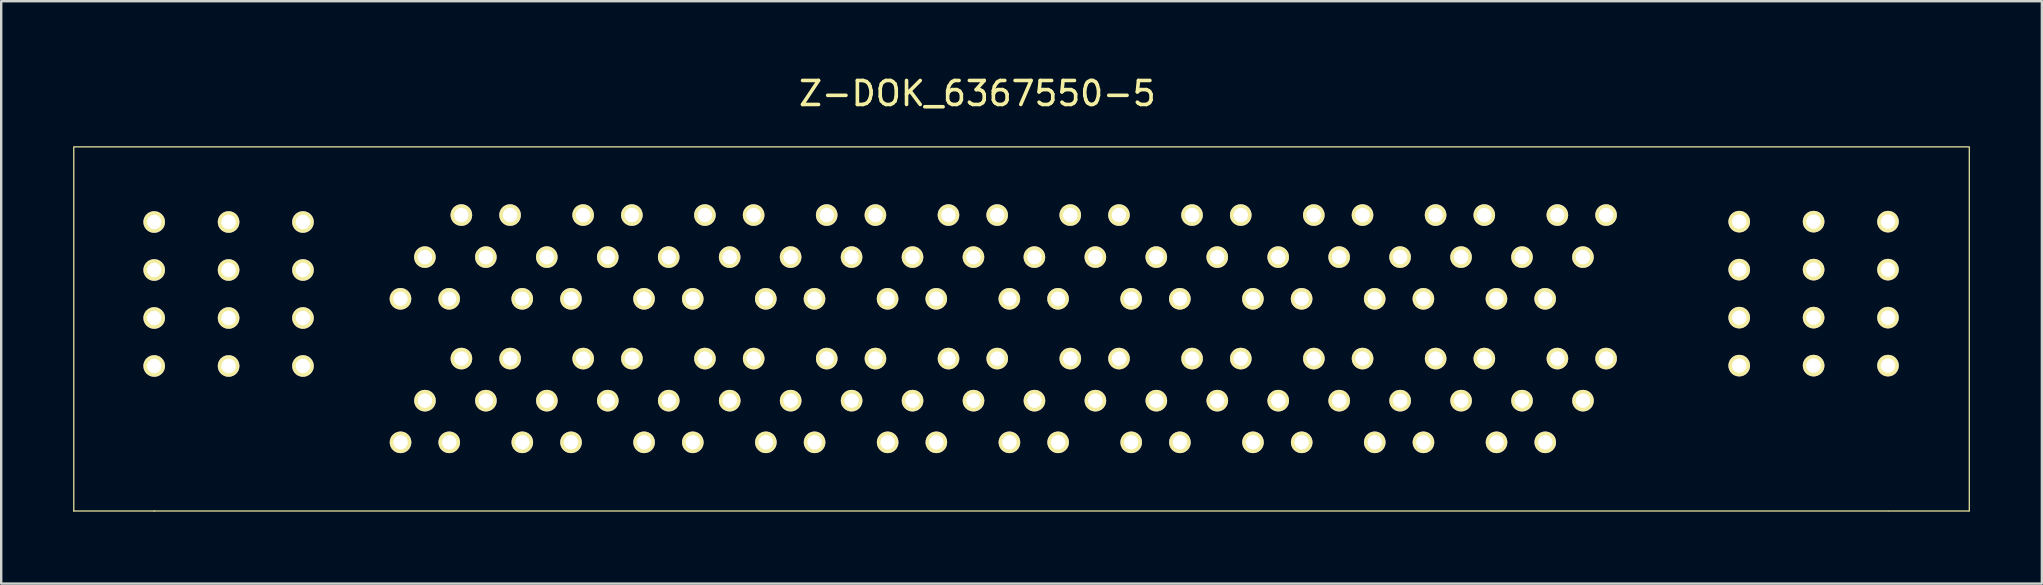
<source format=kicad_pcb>
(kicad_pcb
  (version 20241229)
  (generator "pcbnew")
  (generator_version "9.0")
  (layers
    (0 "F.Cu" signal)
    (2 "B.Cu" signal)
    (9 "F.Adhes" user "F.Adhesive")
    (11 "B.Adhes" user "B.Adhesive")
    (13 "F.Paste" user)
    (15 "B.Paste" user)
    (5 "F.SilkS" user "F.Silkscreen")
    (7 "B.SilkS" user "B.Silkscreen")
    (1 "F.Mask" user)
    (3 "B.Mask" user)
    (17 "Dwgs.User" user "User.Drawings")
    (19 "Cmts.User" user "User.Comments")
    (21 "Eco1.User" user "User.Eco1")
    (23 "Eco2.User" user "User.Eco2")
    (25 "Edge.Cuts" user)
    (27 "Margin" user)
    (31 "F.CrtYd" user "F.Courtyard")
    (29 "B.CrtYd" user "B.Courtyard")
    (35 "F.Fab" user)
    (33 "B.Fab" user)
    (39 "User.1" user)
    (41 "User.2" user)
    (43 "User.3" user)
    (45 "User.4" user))
  (footprint "Z-DOK_6367550-5"
    (layer "F.Cu")
    (at 14.376 5.547)
    (property "Reference" "Z-DOK_6367550-5" (at 23.305 -4.699 0) (layer "F.SilkS") (effects (font (size 1 1) (thickness 0.15))))
    (attr through_hole)
    (fp_line (start -14.351 12.7) (end -14.351 -2.45) (stroke (width 0.05) (type solid)) (layer "F.SilkS"))
    (fp_line (start -11 12.7) (end -14.35 12.7) (stroke (width 0.05) (type solid)) (layer "F.SilkS"))
    (fp_line (start -11 12.7) (end 61.25 12.7) (stroke (width 0.05) (type solid)) (layer "F.SilkS"))
    (fp_line (start 64.625 12.7) (end 61.275 12.7) (stroke (width 0.05) (type solid)) (layer "F.SilkS"))
    (fp_line (start 64.643 -2.477) (end -14.351 -2.477) (stroke (width 0.05) (type solid)) (layer "F.SilkS"))
    (fp_line (start 64.643 12.7) (end 64.643 -2.45) (stroke (width 0.05) (type solid)) (layer "F.SilkS"))
    (pad "D1" thru_hole circle (at 46.968 3.856 180) (size 0.9 0.9) (drill 0.6) (layers "*.Cu" "*.Mask" "F.SilkS"))
    (pad "D1" thru_hole circle (at 46.971 9.837 180) (size 0.9 0.9) (drill 0.6) (layers "*.Cu" "*.Mask" "F.SilkS"))
    (pad "D2" thru_hole circle (at 44.938 3.856 180) (size 0.9 0.9) (drill 0.6) (layers "*.Cu" "*.Mask" "F.SilkS"))
    (pad "D2" thru_hole circle (at 44.941 9.837 180) (size 0.9 0.9) (drill 0.6) (layers "*.Cu" "*.Mask" "F.SilkS"))
    (pad "D3" thru_hole circle (at 41.893 3.856 180) (size 0.9 0.9) (drill 0.6) (layers "*.Cu" "*.Mask" "F.SilkS"))
    (pad "D3" thru_hole circle (at 41.896 9.837 180) (size 0.9 0.9) (drill 0.6) (layers "*.Cu" "*.Mask" "F.SilkS"))
    (pad "D4" thru_hole circle (at 39.863 3.856 180) (size 0.9 0.9) (drill 0.6) (layers "*.Cu" "*.Mask" "F.SilkS"))
    (pad "D4" thru_hole circle (at 39.866 9.837 180) (size 0.9 0.9) (drill 0.6) (layers "*.Cu" "*.Mask" "F.SilkS"))
    (pad "D5" thru_hole circle (at 36.818 3.856 180) (size 0.9 0.9) (drill 0.6) (layers "*.Cu" "*.Mask" "F.SilkS"))
    (pad "D5" thru_hole circle (at 36.821 9.837 180) (size 0.9 0.9) (drill 0.6) (layers "*.Cu" "*.Mask" "F.SilkS"))
    (pad "D6" thru_hole circle (at 34.788 3.856 180) (size 0.9 0.9) (drill 0.6) (layers "*.Cu" "*.Mask" "F.SilkS"))
    (pad "D6" thru_hole circle (at 34.791 9.837 180) (size 0.9 0.9) (drill 0.6) (layers "*.Cu" "*.Mask" "F.SilkS"))
    (pad "D7" thru_hole circle (at 31.743 3.856 180) (size 0.9 0.9) (drill 0.6) (layers "*.Cu" "*.Mask" "F.SilkS"))
    (pad "D7" thru_hole circle (at 31.746 9.837 180) (size 0.9 0.9) (drill 0.6) (layers "*.Cu" "*.Mask" "F.SilkS"))
    (pad "D8" thru_hole circle (at 29.713 3.856 180) (size 0.9 0.9) (drill 0.6) (layers "*.Cu" "*.Mask" "F.SilkS"))
    (pad "D8" thru_hole circle (at 29.716 9.837 180) (size 0.9 0.9) (drill 0.6) (layers "*.Cu" "*.Mask" "F.SilkS"))
    (pad "D9" thru_hole circle (at 26.668 3.856 180) (size 0.9 0.9) (drill 0.6) (layers "*.Cu" "*.Mask" "F.SilkS"))
    (pad "D9" thru_hole circle (at 26.671 9.837 180) (size 0.9 0.9) (drill 0.6) (layers "*.Cu" "*.Mask" "F.SilkS"))
    (pad "D10" thru_hole circle (at 24.638 3.856 180) (size 0.9 0.9) (drill 0.6) (layers "*.Cu" "*.Mask" "F.SilkS"))
    (pad "D10" thru_hole circle (at 24.641 9.837 180) (size 0.9 0.9) (drill 0.6) (layers "*.Cu" "*.Mask" "F.SilkS"))
    (pad "D11" thru_hole circle (at 21.593 3.856 180) (size 0.9 0.9) (drill 0.6) (layers "*.Cu" "*.Mask" "F.SilkS"))
    (pad "D11" thru_hole circle (at 21.596 9.837 180) (size 0.9 0.9) (drill 0.6) (layers "*.Cu" "*.Mask" "F.SilkS"))
    (pad "D12" thru_hole circle (at 19.563 3.856 180) (size 0.9 0.9) (drill 0.6) (layers "*.Cu" "*.Mask" "F.SilkS"))
    (pad "D12" thru_hole circle (at 19.566 9.837 180) (size 0.9 0.9) (drill 0.6) (layers "*.Cu" "*.Mask" "F.SilkS"))
    (pad "D13" thru_hole circle (at 16.518 3.856 180) (size 0.9 0.9) (drill 0.6) (layers "*.Cu" "*.Mask" "F.SilkS"))
    (pad "D13" thru_hole circle (at 16.521 9.837 180) (size 0.9 0.9) (drill 0.6) (layers "*.Cu" "*.Mask" "F.SilkS"))
    (pad "D14" thru_hole circle (at 14.488 3.856 180) (size 0.9 0.9) (drill 0.6) (layers "*.Cu" "*.Mask" "F.SilkS"))
    (pad "D14" thru_hole circle (at 14.491 9.837 180) (size 0.9 0.9) (drill 0.6) (layers "*.Cu" "*.Mask" "F.SilkS"))
    (pad "D15" thru_hole circle (at 11.443 3.856 180) (size 0.9 0.9) (drill 0.6) (layers "*.Cu" "*.Mask" "F.SilkS"))
    (pad "D15" thru_hole circle (at 11.446 9.837 180) (size 0.9 0.9) (drill 0.6) (layers "*.Cu" "*.Mask" "F.SilkS"))
    (pad "D16" thru_hole circle (at 9.413 3.856 180) (size 0.9 0.9) (drill 0.6) (layers "*.Cu" "*.Mask" "F.SilkS"))
    (pad "D16" thru_hole circle (at 9.416 9.837 180) (size 0.9 0.9) (drill 0.6) (layers "*.Cu" "*.Mask" "F.SilkS"))
    (pad "D17" thru_hole circle (at 6.368 3.856 180) (size 0.9 0.9) (drill 0.6) (layers "*.Cu" "*.Mask" "F.SilkS"))
    (pad "D17" thru_hole circle (at 6.371 9.837 180) (size 0.9 0.9) (drill 0.6) (layers "*.Cu" "*.Mask" "F.SilkS"))
    (pad "D18" thru_hole circle (at 4.338 3.856 180) (size 0.9 0.9) (drill 0.6) (layers "*.Cu" "*.Mask" "F.SilkS"))
    (pad "D18" thru_hole circle (at 4.341 9.837 180) (size 0.9 0.9) (drill 0.6) (layers "*.Cu" "*.Mask" "F.SilkS"))
    (pad "D19" thru_hole circle (at 1.293 3.856 180) (size 0.9 0.9) (drill 0.6) (layers "*.Cu" "*.Mask" "F.SilkS"))
    (pad "D19" thru_hole circle (at 1.296 9.837 180) (size 0.9 0.9) (drill 0.6) (layers "*.Cu" "*.Mask" "F.SilkS"))
    (pad "D20" thru_hole circle (at -0.737 3.856 180) (size 0.9 0.9) (drill 0.6) (layers "*.Cu" "*.Mask" "F.SilkS"))
    (pad "D20" thru_hole circle (at -0.734 9.837 180) (size 0.9 0.9) (drill 0.6) (layers "*.Cu" "*.Mask" "F.SilkS"))
    (pad "E1" thru_hole circle (at 48.542 2.118 180) (size 0.9 0.9) (drill 0.6) (layers "*.Cu" "*.Mask" "F.SilkS"))
    (pad "E1" thru_hole circle (at 48.544 8.1 180) (size 0.9 0.9) (drill 0.6) (layers "*.Cu" "*.Mask" "F.SilkS"))
    (pad "E2" thru_hole circle (at 46.002 2.118 180) (size 0.9 0.9) (drill 0.6) (layers "*.Cu" "*.Mask" "F.SilkS"))
    (pad "E2" thru_hole circle (at 46.004 8.1 180) (size 0.9 0.9) (drill 0.6) (layers "*.Cu" "*.Mask" "F.SilkS"))
    (pad "E3" thru_hole circle (at 43.462 2.118 180) (size 0.9 0.9) (drill 0.6) (layers "*.Cu" "*.Mask" "F.SilkS"))
    (pad "E3" thru_hole circle (at 43.464 8.1 180) (size 0.9 0.9) (drill 0.6) (layers "*.Cu" "*.Mask" "F.SilkS"))
    (pad "E4" thru_hole circle (at 40.922 2.118 180) (size 0.9 0.9) (drill 0.6) (layers "*.Cu" "*.Mask" "F.SilkS"))
    (pad "E4" thru_hole circle (at 40.924 8.1 180) (size 0.9 0.9) (drill 0.6) (layers "*.Cu" "*.Mask" "F.SilkS"))
    (pad "E5" thru_hole circle (at 38.382 2.118 180) (size 0.9 0.9) (drill 0.6) (layers "*.Cu" "*.Mask" "F.SilkS"))
    (pad "E5" thru_hole circle (at 38.384 8.1 180) (size 0.9 0.9) (drill 0.6) (layers "*.Cu" "*.Mask" "F.SilkS"))
    (pad "E6" thru_hole circle (at 35.842 2.118 180) (size 0.9 0.9) (drill 0.6) (layers "*.Cu" "*.Mask" "F.SilkS"))
    (pad "E6" thru_hole circle (at 35.844 8.1 180) (size 0.9 0.9) (drill 0.6) (layers "*.Cu" "*.Mask" "F.SilkS"))
    (pad "E7" thru_hole circle (at 33.302 2.118 180) (size 0.9 0.9) (drill 0.6) (layers "*.Cu" "*.Mask" "F.SilkS"))
    (pad "E7" thru_hole circle (at 33.304 8.1 180) (size 0.9 0.9) (drill 0.6) (layers "*.Cu" "*.Mask" "F.SilkS"))
    (pad "E8" thru_hole circle (at 30.762 2.118 180) (size 0.9 0.9) (drill 0.6) (layers "*.Cu" "*.Mask" "F.SilkS"))
    (pad "E8" thru_hole circle (at 30.764 8.1 180) (size 0.9 0.9) (drill 0.6) (layers "*.Cu" "*.Mask" "F.SilkS"))
    (pad "E9" thru_hole circle (at 28.222 2.118 180) (size 0.9 0.9) (drill 0.6) (layers "*.Cu" "*.Mask" "F.SilkS"))
    (pad "E9" thru_hole circle (at 28.224 8.1 180) (size 0.9 0.9) (drill 0.6) (layers "*.Cu" "*.Mask" "F.SilkS"))
    (pad "E10" thru_hole circle (at 25.682 2.118 180) (size 0.9 0.9) (drill 0.6) (layers "*.Cu" "*.Mask" "F.SilkS"))
    (pad "E10" thru_hole circle (at 25.684 8.1 180) (size 0.9 0.9) (drill 0.6) (layers "*.Cu" "*.Mask" "F.SilkS"))
    (pad "E11" thru_hole circle (at 23.142 2.118 180) (size 0.9 0.9) (drill 0.6) (layers "*.Cu" "*.Mask" "F.SilkS"))
    (pad "E11" thru_hole circle (at 23.144 8.1 180) (size 0.9 0.9) (drill 0.6) (layers "*.Cu" "*.Mask" "F.SilkS"))
    (pad "E12" thru_hole circle (at 20.602 2.118 180) (size 0.9 0.9) (drill 0.6) (layers "*.Cu" "*.Mask" "F.SilkS"))
    (pad "E12" thru_hole circle (at 20.604 8.1 180) (size 0.9 0.9) (drill 0.6) (layers "*.Cu" "*.Mask" "F.SilkS"))
    (pad "E13" thru_hole circle (at 18.062 2.118 180) (size 0.9 0.9) (drill 0.6) (layers "*.Cu" "*.Mask" "F.SilkS"))
    (pad "E13" thru_hole circle (at 18.064 8.1 180) (size 0.9 0.9) (drill 0.6) (layers "*.Cu" "*.Mask" "F.SilkS"))
    (pad "E14" thru_hole circle (at 15.522 2.118 180) (size 0.9 0.9) (drill 0.6) (layers "*.Cu" "*.Mask" "F.SilkS"))
    (pad "E14" thru_hole circle (at 15.524 8.1 180) (size 0.9 0.9) (drill 0.6) (layers "*.Cu" "*.Mask" "F.SilkS"))
    (pad "E15" thru_hole circle (at 12.982 2.118 180) (size 0.9 0.9) (drill 0.6) (layers "*.Cu" "*.Mask" "F.SilkS"))
    (pad "E15" thru_hole circle (at 12.984 8.1 180) (size 0.9 0.9) (drill 0.6) (layers "*.Cu" "*.Mask" "F.SilkS"))
    (pad "E16" thru_hole circle (at 10.442 2.118 180) (size 0.9 0.9) (drill 0.6) (layers "*.Cu" "*.Mask" "F.SilkS"))
    (pad "E16" thru_hole circle (at 10.444 8.1 180) (size 0.9 0.9) (drill 0.6) (layers "*.Cu" "*.Mask" "F.SilkS"))
    (pad "E17" thru_hole circle (at 7.902 2.118 180) (size 0.9 0.9) (drill 0.6) (layers "*.Cu" "*.Mask" "F.SilkS"))
    (pad "E17" thru_hole circle (at 7.904 8.1 180) (size 0.9 0.9) (drill 0.6) (layers "*.Cu" "*.Mask" "F.SilkS"))
    (pad "E18" thru_hole circle (at 5.362 2.118 180) (size 0.9 0.9) (drill 0.6) (layers "*.Cu" "*.Mask" "F.SilkS"))
    (pad "E18" thru_hole circle (at 5.364 8.1 180) (size 0.9 0.9) (drill 0.6) (layers "*.Cu" "*.Mask" "F.SilkS"))
    (pad "E19" thru_hole circle (at 2.822 2.118 180) (size 0.9 0.9) (drill 0.6) (layers "*.Cu" "*.Mask" "F.SilkS"))
    (pad "E19" thru_hole circle (at 2.824 8.1 180) (size 0.9 0.9) (drill 0.6) (layers "*.Cu" "*.Mask" "F.SilkS"))
    (pad "E20" thru_hole circle (at 0.282 2.118 180) (size 0.9 0.9) (drill 0.6) (layers "*.Cu" "*.Mask" "F.SilkS"))
    (pad "E20" thru_hole circle (at 0.284 8.1 180) (size 0.9 0.9) (drill 0.6) (layers "*.Cu" "*.Mask" "F.SilkS"))
    (pad "F1" thru_hole circle (at 49.506 0.366 180) (size 0.9 0.9) (drill 0.6) (layers "*.Cu" "*.Mask" "F.SilkS"))
    (pad "F1" thru_hole circle (at 49.508 6.347 180) (size 0.9 0.9) (drill 0.6) (layers "*.Cu" "*.Mask" "F.SilkS"))
    (pad "F2" thru_hole circle (at 47.476 0.366 180) (size 0.9 0.9) (drill 0.6) (layers "*.Cu" "*.Mask" "F.SilkS"))
    (pad "F2" thru_hole circle (at 47.478 6.347 180) (size 0.9 0.9) (drill 0.6) (layers "*.Cu" "*.Mask" "F.SilkS"))
    (pad "F3" thru_hole circle (at 44.431 0.366 180) (size 0.9 0.9) (drill 0.6) (layers "*.Cu" "*.Mask" "F.SilkS"))
    (pad "F3" thru_hole circle (at 44.433 6.347 180) (size 0.9 0.9) (drill 0.6) (layers "*.Cu" "*.Mask" "F.SilkS"))
    (pad "F4" thru_hole circle (at 42.401 0.366 180) (size 0.9 0.9) (drill 0.6) (layers "*.Cu" "*.Mask" "F.SilkS"))
    (pad "F4" thru_hole circle (at 42.403 6.347 180) (size 0.9 0.9) (drill 0.6) (layers "*.Cu" "*.Mask" "F.SilkS"))
    (pad "F5" thru_hole circle (at 39.356 0.366 180) (size 0.9 0.9) (drill 0.6) (layers "*.Cu" "*.Mask" "F.SilkS"))
    (pad "F5" thru_hole circle (at 39.358 6.347 180) (size 0.9 0.9) (drill 0.6) (layers "*.Cu" "*.Mask" "F.SilkS"))
    (pad "F6" thru_hole circle (at 37.326 0.366 180) (size 0.9 0.9) (drill 0.6) (layers "*.Cu" "*.Mask" "F.SilkS"))
    (pad "F6" thru_hole circle (at 37.328 6.347 180) (size 0.9 0.9) (drill 0.6) (layers "*.Cu" "*.Mask" "F.SilkS"))
    (pad "F7" thru_hole circle (at 34.281 0.366 180) (size 0.9 0.9) (drill 0.6) (layers "*.Cu" "*.Mask" "F.SilkS"))
    (pad "F7" thru_hole circle (at 34.283 6.347 180) (size 0.9 0.9) (drill 0.6) (layers "*.Cu" "*.Mask" "F.SilkS"))
    (pad "F8" thru_hole circle (at 32.251 0.366 180) (size 0.9 0.9) (drill 0.6) (layers "*.Cu" "*.Mask" "F.SilkS"))
    (pad "F8" thru_hole circle (at 32.253 6.347 180) (size 0.9 0.9) (drill 0.6) (layers "*.Cu" "*.Mask" "F.SilkS"))
    (pad "F9" thru_hole circle (at 29.206 0.366 180) (size 0.9 0.9) (drill 0.6) (layers "*.Cu" "*.Mask" "F.SilkS"))
    (pad "F9" thru_hole circle (at 29.208 6.347 180) (size 0.9 0.9) (drill 0.6) (layers "*.Cu" "*.Mask" "F.SilkS"))
    (pad "F10" thru_hole circle (at 27.176 0.366 180) (size 0.9 0.9) (drill 0.6) (layers "*.Cu" "*.Mask" "F.SilkS"))
    (pad "F10" thru_hole circle (at 27.178 6.347 180) (size 0.9 0.9) (drill 0.6) (layers "*.Cu" "*.Mask" "F.SilkS"))
    (pad "F11" thru_hole circle (at 24.131 0.366 180) (size 0.9 0.9) (drill 0.6) (layers "*.Cu" "*.Mask" "F.SilkS"))
    (pad "F11" thru_hole circle (at 24.133 6.347 180) (size 0.9 0.9) (drill 0.6) (layers "*.Cu" "*.Mask" "F.SilkS"))
    (pad "F12" thru_hole circle (at 22.101 0.366 180) (size 0.9 0.9) (drill 0.6) (layers "*.Cu" "*.Mask" "F.SilkS"))
    (pad "F12" thru_hole circle (at 22.103 6.347 180) (size 0.9 0.9) (drill 0.6) (layers "*.Cu" "*.Mask" "F.SilkS"))
    (pad "F13" thru_hole circle (at 19.056 0.366 180) (size 0.9 0.9) (drill 0.6) (layers "*.Cu" "*.Mask" "F.SilkS"))
    (pad "F13" thru_hole circle (at 19.058 6.347 180) (size 0.9 0.9) (drill 0.6) (layers "*.Cu" "*.Mask" "F.SilkS"))
    (pad "F14" thru_hole circle (at 17.026 0.366 180) (size 0.9 0.9) (drill 0.6) (layers "*.Cu" "*.Mask" "F.SilkS"))
    (pad "F14" thru_hole circle (at 17.028 6.347 180) (size 0.9 0.9) (drill 0.6) (layers "*.Cu" "*.Mask" "F.SilkS"))
    (pad "F15" thru_hole circle (at 13.981 0.366 180) (size 0.9 0.9) (drill 0.6) (layers "*.Cu" "*.Mask" "F.SilkS"))
    (pad "F15" thru_hole circle (at 13.983 6.347 180) (size 0.9 0.9) (drill 0.6) (layers "*.Cu" "*.Mask" "F.SilkS"))
    (pad "F16" thru_hole circle (at 11.951 0.366 180) (size 0.9 0.9) (drill 0.6) (layers "*.Cu" "*.Mask" "F.SilkS"))
    (pad "F16" thru_hole circle (at 11.953 6.347 180) (size 0.9 0.9) (drill 0.6) (layers "*.Cu" "*.Mask" "F.SilkS"))
    (pad "F17" thru_hole circle (at 8.906 0.366 180) (size 0.9 0.9) (drill 0.6) (layers "*.Cu" "*.Mask" "F.SilkS"))
    (pad "F17" thru_hole circle (at 8.908 6.347 180) (size 0.9 0.9) (drill 0.6) (layers "*.Cu" "*.Mask" "F.SilkS"))
    (pad "F18" thru_hole circle (at 6.876 0.366 180) (size 0.9 0.9) (drill 0.6) (layers "*.Cu" "*.Mask" "F.SilkS"))
    (pad "F18" thru_hole circle (at 6.878 6.347 180) (size 0.9 0.9) (drill 0.6) (layers "*.Cu" "*.Mask" "F.SilkS"))
    (pad "F19" thru_hole circle (at 3.831 0.366 180) (size 0.9 0.9) (drill 0.6) (layers "*.Cu" "*.Mask" "F.SilkS"))
    (pad "F19" thru_hole circle (at 3.833 6.347 180) (size 0.9 0.9) (drill 0.6) (layers "*.Cu" "*.Mask" "F.SilkS"))
    (pad "F20" thru_hole circle (at 1.801 0.366 180) (size 0.9 0.9) (drill 0.6) (layers "*.Cu" "*.Mask" "F.SilkS"))
    (pad "F20" thru_hole circle (at 1.803 6.347 180) (size 0.9 0.9) (drill 0.6) (layers "*.Cu" "*.Mask" "F.SilkS"))
    (pad "W1" thru_hole circle (at -11 6.655) (size 0.9 0.9) (drill 0.6) (layers "*.Cu" "*.Mask" "F.SilkS"))
    (pad "W2" thru_hole circle (at -7.9 6.655) (size 0.9 0.9) (drill 0.6) (layers "*.Cu" "*.Mask" "F.SilkS"))
    (pad "W3" thru_hole circle (at -4.8 6.655) (size 0.9 0.9) (drill 0.6) (layers "*.Cu" "*.Mask" "F.SilkS"))
    (pad "W4" thru_hole circle (at 55.055 6.64) (size 0.9 0.9) (drill 0.6) (layers "*.Cu" "*.Mask" "F.SilkS"))
    (pad "W5" thru_hole circle (at 58.155 6.64) (size 0.9 0.9) (drill 0.6) (layers "*.Cu" "*.Mask" "F.SilkS"))
    (pad "W6" thru_hole circle (at 61.255 6.64) (size 0.9 0.9) (drill 0.6) (layers "*.Cu" "*.Mask" "F.SilkS"))
    (pad "X1" thru_hole circle (at -11 4.655) (size 0.9 0.9) (drill 0.6) (layers "*.Cu" "*.Mask" "F.SilkS"))
    (pad "X2" thru_hole circle (at -7.9 4.655) (size 0.9 0.9) (drill 0.6) (layers "*.Cu" "*.Mask" "F.SilkS"))
    (pad "X3" thru_hole circle (at -4.8 4.655) (size 0.9 0.9) (drill 0.6) (layers "*.Cu" "*.Mask" "F.SilkS"))
    (pad "X4" thru_hole circle (at 55.055 4.64) (size 0.9 0.9) (drill 0.6) (layers "*.Cu" "*.Mask" "F.SilkS"))
    (pad "X5" thru_hole circle (at 58.155 4.64) (size 0.9 0.9) (drill 0.6) (layers "*.Cu" "*.Mask" "F.SilkS"))
    (pad "X6" thru_hole circle (at 61.255 4.64) (size 0.9 0.9) (drill 0.6) (layers "*.Cu" "*.Mask" "F.SilkS"))
    (pad "Y1" thru_hole circle (at -11 2.655) (size 0.9 0.9) (drill 0.6) (layers "*.Cu" "*.Mask" "F.SilkS"))
    (pad "Y2" thru_hole circle (at -7.9 2.655) (size 0.9 0.9) (drill 0.6) (layers "*.Cu" "*.Mask" "F.SilkS"))
    (pad "Y3" thru_hole circle (at -4.8 2.655) (size 0.9 0.9) (drill 0.6) (layers "*.Cu" "*.Mask" "F.SilkS"))
    (pad "Y4" thru_hole circle (at 55.055 2.64) (size 0.9 0.9) (drill 0.6) (layers "*.Cu" "*.Mask" "F.SilkS"))
    (pad "Y5" thru_hole circle (at 58.155 2.64) (size 0.9 0.9) (drill 0.6) (layers "*.Cu" "*.Mask" "F.SilkS"))
    (pad "Y6" thru_hole circle (at 61.255 2.64) (size 0.9 0.9) (drill 0.6) (layers "*.Cu" "*.Mask" "F.SilkS"))
    (pad "Z1" thru_hole circle (at -11 0.655) (size 0.9 0.9) (drill 0.6) (layers "*.Cu" "*.Mask" "F.SilkS"))
    (pad "Z2" thru_hole circle (at -7.9 0.655) (size 0.9 0.9) (drill 0.6) (layers "*.Cu" "*.Mask" "F.SilkS"))
    (pad "Z3" thru_hole circle (at -4.8 0.655) (size 0.9 0.9) (drill 0.6) (layers "*.Cu" "*.Mask" "F.SilkS"))
    (pad "Z4" thru_hole circle (at 55.055 0.64) (size 0.9 0.9) (drill 0.6) (layers "*.Cu" "*.Mask" "F.SilkS"))
    (pad "Z5" thru_hole circle (at 58.155 0.64) (size 0.9 0.9) (drill 0.6) (layers "*.Cu" "*.Mask" "F.SilkS"))
    (pad "Z6" thru_hole circle (at 61.255 0.64) (size 0.9 0.9) (drill 0.6) (layers "*.Cu" "*.Mask" "F.SilkS")))
  (gr_rect
    (start -3 -3)
    (end 82.044 21.272)
    (stroke (width 0.1) (type default))
    (fill no)
    (layer "Edge.Cuts")))
</source>
